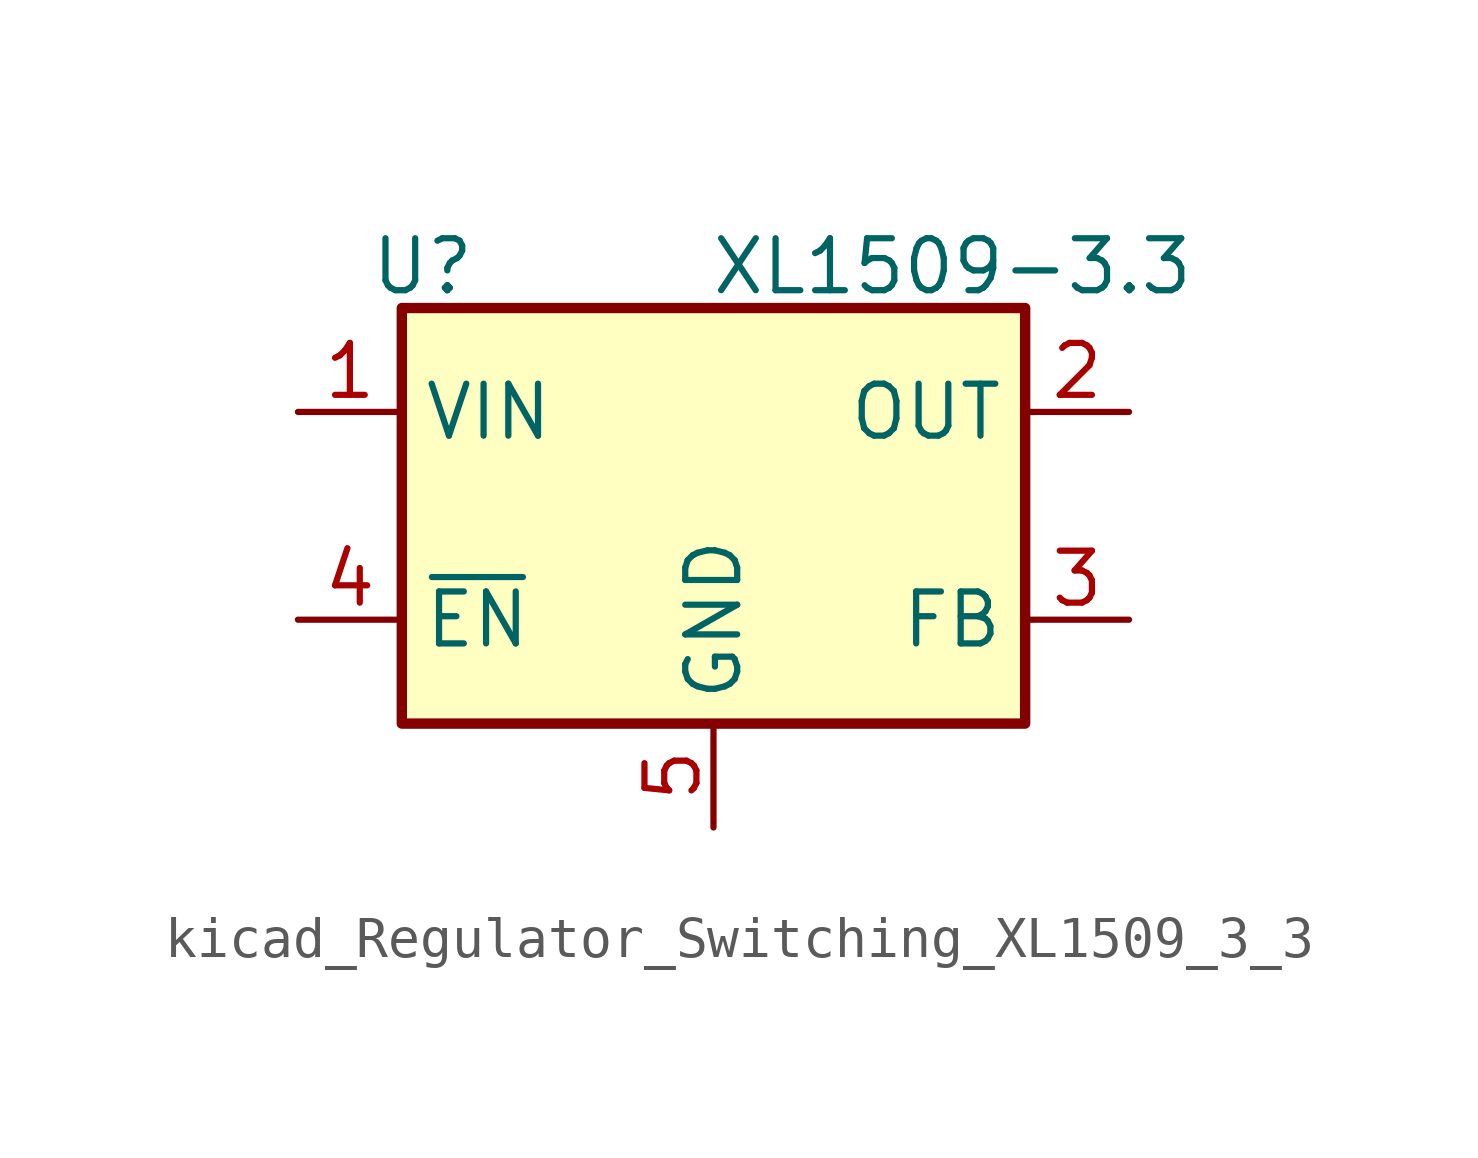
<source format=kicad_sym>
(kicad_symbol_lib
  (version 20220914)
  (generator kicad_symbol_editor)
  (symbol "kicad_Regulator_Switching_XL1509_3_3"
    (property "Reference" "U"
      (at -7.112 6.096 0)
      (effects (font (size 1.27 1.27))))
    (property "Value" "XL1509-3.3"
      (at 5.842 6.096 0)
      (effects (font (size 1.27 1.27))))
    (symbol "kicad_Regulator_Switching_XL1509_3_3_0_1"
      (rectangle (start -7.62 5.08) (end 7.62 -5.08) (stroke (width 0.254) (type default)) (fill (type background))))
    (symbol "kicad_Regulator_Switching_XL1509_3_3_1_1"
      (pin power_in line (at -10.16 2.54 0) (length 2.54) (name "VIN" (effects (font (size 1.27 1.27)))) (number "1" (effects (font (size 1.27 1.27)))))
      (pin power_out line (at 10.16 2.54 180) (length 2.54) (name "OUT" (effects (font (size 1.27 1.27)))) (number "2" (effects (font (size 1.27 1.27)))))
      (pin input line (at 10.16 -2.54 180) (length 2.54) (name "FB" (effects (font (size 1.27 1.27)))) (number "3" (effects (font (size 1.27 1.27)))))
      (pin input line (at -10.16 -2.54 0) (length 2.54) (name "~{EN}" (effects (font (size 1.27 1.27)))) (number "4" (effects (font (size 1.27 1.27)))))
      (pin power_in line (at 0 -7.62 90) (length 2.54) (name "GND" (effects (font (size 1.27 1.27)))) (number "5" (effects (font (size 1.27 1.27)))))
      (pin passive line (at 0 -7.62 90) (length 2.54) hide (name "GND" (effects (font (size 1.27 1.27)))) (number "6" (effects (font (size 1.27 1.27)))))
      (pin passive line (at 0 -7.62 90) (length 2.54) hide (name "GND" (effects (font (size 1.27 1.27)))) (number "7" (effects (font (size 1.27 1.27)))))
      (pin passive line (at 0 -7.62 90) (length 2.54) hide (name "GND" (effects (font (size 1.27 1.27)))) (number "8" (effects (font (size 1.27 1.27))))))))
</source>
